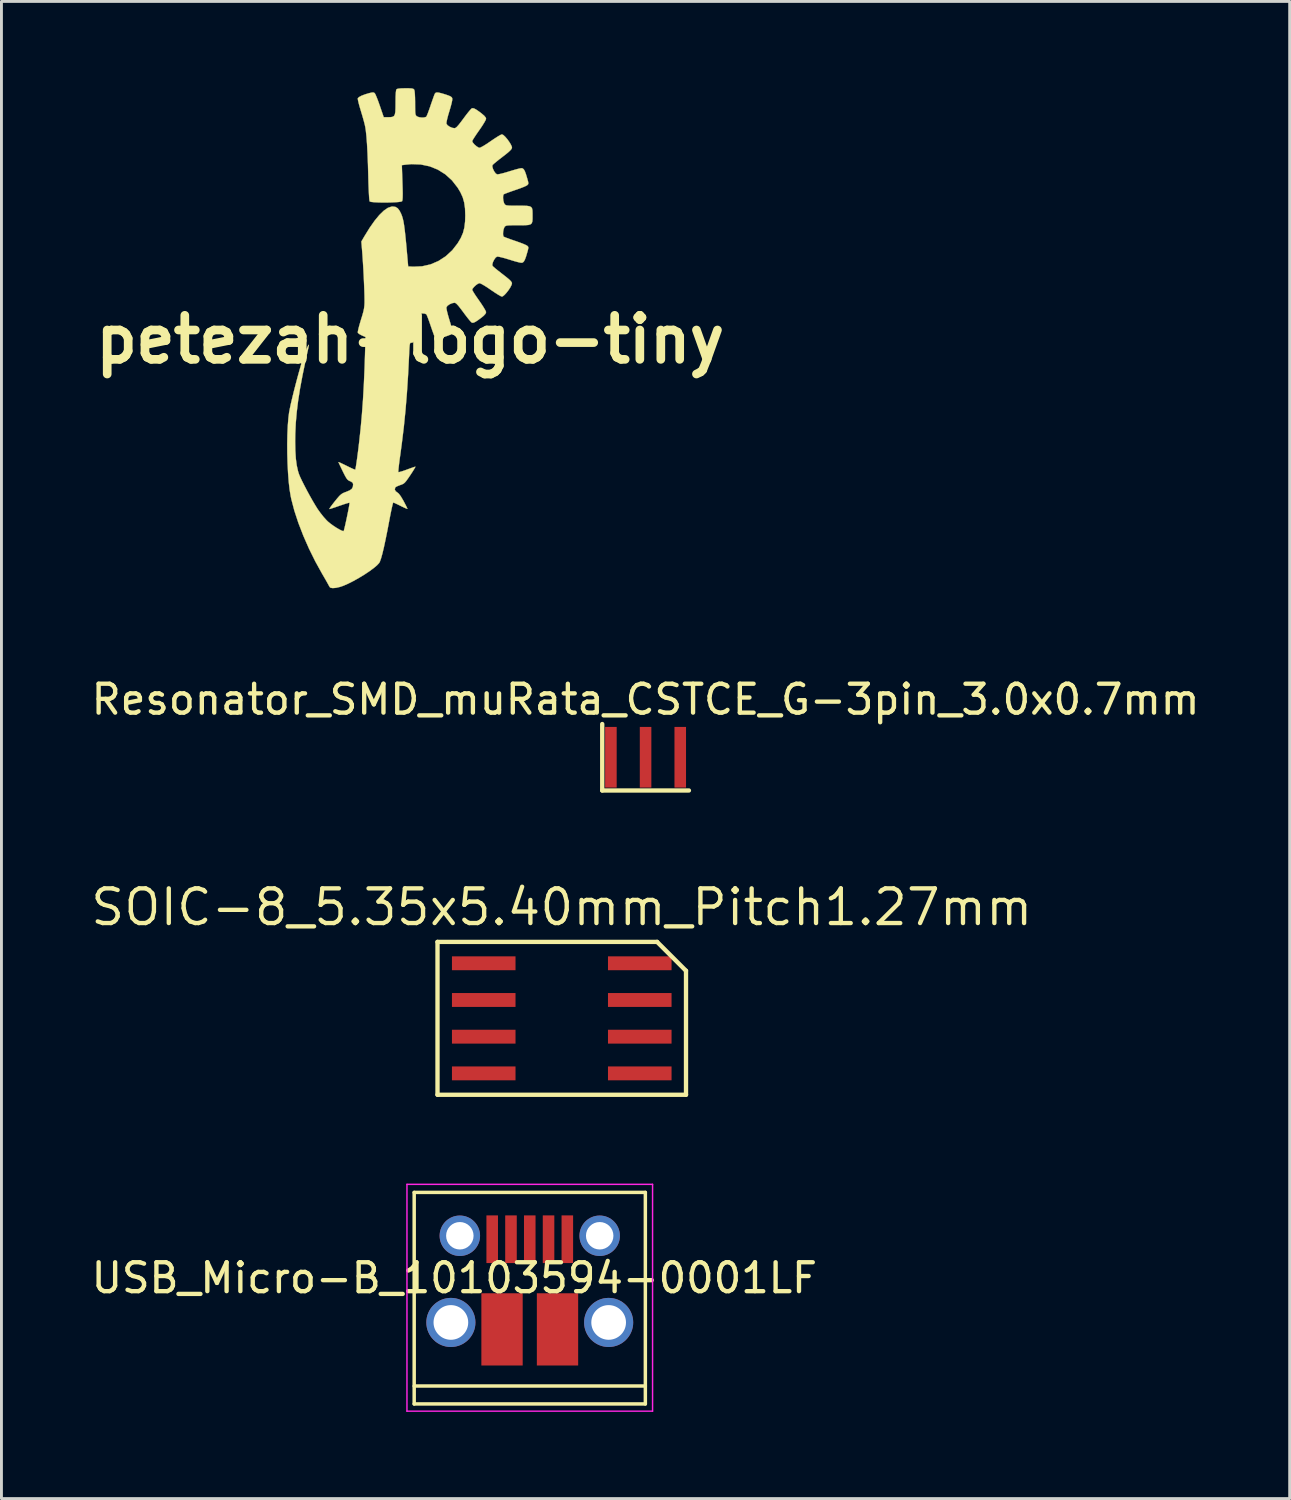
<source format=kicad_pcb>
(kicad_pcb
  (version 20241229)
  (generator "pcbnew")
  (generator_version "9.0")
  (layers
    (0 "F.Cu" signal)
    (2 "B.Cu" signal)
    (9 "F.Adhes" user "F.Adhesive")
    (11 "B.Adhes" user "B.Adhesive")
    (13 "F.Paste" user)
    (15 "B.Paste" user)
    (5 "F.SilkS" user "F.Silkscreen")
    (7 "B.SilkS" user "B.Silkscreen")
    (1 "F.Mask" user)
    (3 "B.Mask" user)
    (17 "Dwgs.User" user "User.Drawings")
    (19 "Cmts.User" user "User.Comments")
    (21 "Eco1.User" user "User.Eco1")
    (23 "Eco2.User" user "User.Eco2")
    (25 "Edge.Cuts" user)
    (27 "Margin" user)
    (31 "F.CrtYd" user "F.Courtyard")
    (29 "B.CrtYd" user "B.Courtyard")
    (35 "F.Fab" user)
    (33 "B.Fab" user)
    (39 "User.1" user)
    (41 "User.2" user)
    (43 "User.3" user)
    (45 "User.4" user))
  (footprint "USB_Micro-B_10103594-0001LF"
    (placed yes)
    (layer "F.Cu")
    (at 15.284 41.337)
    (property "Reference" "USB_Micro-B_10103594-0001LF" (at -2.611 -0.158 0) (layer "F.SilkS") (effects (font (size 1 1) (thickness 0.15))))
    (attr smd)
    (fp_line (start -4 -3.12) (end 4 -3.12) (stroke (width 0.12) (type solid)) (layer "F.SilkS"))
    (fp_line (start -4 4.2) (end -4 -3.12) (stroke (width 0.12) (type solid)) (layer "F.SilkS"))
    (fp_line (start -4 4.2) (end 4 4.2) (stroke (width 0.12) (type solid)) (layer "F.SilkS"))
    (fp_line (start 4 -3.12) (end 4 4.2) (stroke (width 0.12) (type solid)) (layer "F.SilkS"))
    (fp_line (start 4 3.58) (end -4 3.58) (stroke (width 0.12) (type solid)) (layer "F.SilkS"))
    (fp_line (start -4.25 -3.4) (end 4.25 -3.4) (stroke (width 0.05) (type solid)) (layer "F.CrtYd"))
    (fp_line (start -4.25 4.45) (end -4.25 -3.4) (stroke (width 0.05) (type solid)) (layer "F.CrtYd"))
    (fp_line (start 4.25 -3.4) (end 4.25 4.45) (stroke (width 0.05) (type solid)) (layer "F.CrtYd"))
    (fp_line (start 4.25 4.45) (end -4.25 4.45) (stroke (width 0.05) (type solid)) (layer "F.CrtYd"))
    (pad "1" smd rect (at -1.3 -1.5 90) (size 1.65 0.4) (layers "F.Cu" "F.Mask" "F.Paste"))
    (pad "2" smd rect (at -0.65 -1.5 90) (size 1.65 0.4) (layers "F.Cu" "F.Mask" "F.Paste"))
    (pad "3" smd rect (at 0 -1.5 90) (size 1.65 0.4) (layers "F.Cu" "F.Mask" "F.Paste"))
    (pad "4" smd rect (at 0.65 -1.5 90) (size 1.65 0.4) (layers "F.Cu" "F.Mask" "F.Paste"))
    (pad "5" smd rect (at 1.3 -1.5 90) (size 1.65 0.4) (layers "F.Cu" "F.Mask" "F.Paste"))
    (pad "6" thru_hole circle (at -2.73 1.38 90) (size 1.7 1.7) (drill 1.2) (layers "*.Cu" "*.Mask"))
    (pad "6" thru_hole circle (at -2.42 -1.62 90) (size 1.4 1.4) (drill 0.95) (layers "*.Cu" "*.Mask"))
    (pad "6" smd rect (at -0.96 1.62 90) (size 2.5 1.43) (layers "F.Cu" "F.Mask" "F.Paste"))
    (pad "6" smd rect (at 0.96 1.62 90) (size 2.5 1.43) (layers "F.Cu" "F.Mask" "F.Paste"))
    (pad "6" thru_hole circle (at 2.42 -1.62 90) (size 1.4 1.4) (drill 0.95) (layers "*.Cu" "*.Mask"))
    (pad "6" thru_hole circle (at 2.73 1.38 90) (size 1.7 1.7) (drill 1.2) (layers "*.Cu" "*.Mask")))
  (footprint "petezah-logo-tiny"
    (layer "F.Cu")
    (at 11.147 8.697)
    (property "Reference" "petezah-logo-tiny" (at 0 0 0) (layer "F.SilkS") (effects (font (size 1.524 1.524) (thickness 0.3))))
    (attr through_hole)
    (fp_poly (pts (xy -0.036 -8.691) (xy 0.048 -8.686) (xy 0.099 -8.675) (xy 0.127 -8.657) (xy 0.14 -8.638) (xy 0.151 -8.59) (xy 0.16 -8.498) (xy 0.166 -8.372) (xy 0.169 -8.223) (xy 0.169 -8.174) (xy 0.17 -8.014) (xy 0.172 -7.9) (xy 0.177 -7.824) (xy 0.187 -7.776) (xy 0.202 -7.747) (xy 0.224 -7.726) (xy 0.232 -7.72) (xy 0.302 -7.692) (xy 0.392 -7.678) (xy 0.48 -7.681) (xy 0.545 -7.701) (xy 0.558 -7.712) (xy 0.578 -7.751) (xy 0.611 -7.832) (xy 0.652 -7.944) (xy 0.699 -8.077) (xy 0.706 -8.1) (xy 0.753 -8.236) (xy 0.795 -8.355) (xy 0.828 -8.447) (xy 0.849 -8.498) (xy 0.851 -8.502) (xy 0.877 -8.534) (xy 0.918 -8.547) (xy 0.984 -8.542) (xy 1.084 -8.518) (xy 1.212 -8.48) (xy 1.328 -8.44) (xy 1.401 -8.407) (xy 1.44 -8.375) (xy 1.455 -8.342) (xy 1.454 -8.286) (xy 1.434 -8.185) (xy 1.398 -8.048) (xy 1.355 -7.902) (xy 1.312 -7.759) (xy 1.279 -7.632) (xy 1.258 -7.533) (xy 1.252 -7.474) (xy 1.253 -7.467) (xy 1.29 -7.413) (xy 1.363 -7.362) (xy 1.453 -7.323) (xy 1.534 -7.31) (xy 1.568 -7.321) (xy 1.614 -7.357) (xy 1.675 -7.425) (xy 1.758 -7.531) (xy 1.843 -7.645) (xy 1.932 -7.765) (xy 2.014 -7.869) (xy 2.08 -7.947) (xy 2.123 -7.991) (xy 2.132 -7.998) (xy 2.173 -8.003) (xy 2.227 -7.986) (xy 2.301 -7.943) (xy 2.406 -7.869) (xy 2.462 -7.826) (xy 2.561 -7.742) (xy 2.613 -7.678) (xy 2.625 -7.637) (xy 2.609 -7.591) (xy 2.565 -7.511) (xy 2.499 -7.404) (xy 2.417 -7.282) (xy 2.385 -7.237) (xy 2.3 -7.115) (xy 2.228 -7.007) (xy 2.175 -6.923) (xy 2.148 -6.872) (xy 2.145 -6.862) (xy 2.167 -6.812) (xy 2.22 -6.749) (xy 2.29 -6.688) (xy 2.358 -6.644) (xy 2.399 -6.632) (xy 2.444 -6.648) (xy 2.524 -6.691) (xy 2.629 -6.756) (xy 2.749 -6.836) (xy 2.789 -6.864) (xy 2.912 -6.947) (xy 3.022 -7.018) (xy 3.109 -7.069) (xy 3.164 -7.094) (xy 3.174 -7.096) (xy 3.221 -7.075) (xy 3.285 -7.016) (xy 3.357 -6.933) (xy 3.425 -6.839) (xy 3.481 -6.748) (xy 3.516 -6.671) (xy 3.521 -6.632) (xy 3.505 -6.592) (xy 3.461 -6.54) (xy 3.384 -6.469) (xy 3.267 -6.375) (xy 3.192 -6.318) (xy 3.074 -6.227) (xy 2.973 -6.145) (xy 2.895 -6.08) (xy 2.851 -6.038) (xy 2.846 -6.03) (xy 2.842 -5.975) (xy 2.866 -5.897) (xy 2.907 -5.814) (xy 2.957 -5.747) (xy 3.005 -5.713) (xy 3.052 -5.716) (xy 3.141 -5.734) (xy 3.259 -5.765) (xy 3.395 -5.805) (xy 3.419 -5.813) (xy 3.558 -5.855) (xy 3.684 -5.891) (xy 3.783 -5.916) (xy 3.844 -5.926) (xy 3.849 -5.927) (xy 3.893 -5.918) (xy 3.931 -5.885) (xy 3.967 -5.821) (xy 4.005 -5.718) (xy 4.05 -5.568) (xy 4.053 -5.556) (xy 4.079 -5.461) (xy 4.088 -5.405) (xy 4.08 -5.371) (xy 4.055 -5.344) (xy 4.044 -5.335) (xy 3.996 -5.309) (xy 3.907 -5.27) (xy 3.787 -5.224) (xy 3.65 -5.176) (xy 3.623 -5.167) (xy 3.487 -5.12) (xy 3.371 -5.078) (xy 3.284 -5.045) (xy 3.238 -5.024) (xy 3.234 -5.021) (xy 3.216 -4.973) (xy 3.213 -4.893) (xy 3.223 -4.802) (xy 3.246 -4.722) (xy 3.26 -4.694) (xy 3.279 -4.669) (xy 3.303 -4.651) (xy 3.342 -4.639) (xy 3.404 -4.633) (xy 3.5 -4.629) (xy 3.638 -4.629) (xy 3.724 -4.628) (xy 3.905 -4.628) (xy 4.037 -4.623) (xy 4.128 -4.609) (xy 4.185 -4.581) (xy 4.217 -4.533) (xy 4.23 -4.46) (xy 4.233 -4.358) (xy 4.233 -4.29) (xy 4.233 -4.17) (xy 4.226 -4.082) (xy 4.205 -4.021) (xy 4.162 -3.983) (xy 4.09 -3.962) (xy 3.98 -3.953) (xy 3.826 -3.951) (xy 3.724 -3.951) (xy 3.562 -3.951) (xy 3.446 -3.949) (xy 3.369 -3.944) (xy 3.32 -3.935) (xy 3.29 -3.92) (xy 3.269 -3.899) (xy 3.26 -3.885) (xy 3.233 -3.818) (xy 3.216 -3.73) (xy 3.212 -3.642) (xy 3.223 -3.576) (xy 3.234 -3.558) (xy 3.269 -3.541) (xy 3.347 -3.51) (xy 3.457 -3.47) (xy 3.589 -3.424) (xy 3.623 -3.413) (xy 3.762 -3.364) (xy 3.886 -3.318) (xy 3.982 -3.277) (xy 4.039 -3.248) (xy 4.044 -3.245) (xy 4.075 -3.217) (xy 4.088 -3.187) (xy 4.083 -3.139) (xy 4.063 -3.057) (xy 4.053 -3.024) (xy 4.008 -2.87) (xy 3.969 -2.764) (xy 3.933 -2.698) (xy 3.896 -2.663) (xy 3.852 -2.653) (xy 3.849 -2.653) (xy 3.795 -2.661) (xy 3.7 -2.684) (xy 3.577 -2.718) (xy 3.439 -2.761) (xy 3.419 -2.767) (xy 3.281 -2.809) (xy 3.159 -2.841) (xy 3.065 -2.862) (xy 3.009 -2.867) (xy 3.005 -2.867) (xy 2.956 -2.832) (xy 2.907 -2.764) (xy 2.865 -2.682) (xy 2.842 -2.603) (xy 2.846 -2.549) (xy 2.876 -2.517) (xy 2.943 -2.459) (xy 3.038 -2.382) (xy 3.151 -2.293) (xy 3.192 -2.262) (xy 3.33 -2.154) (xy 3.427 -2.073) (xy 3.487 -2.012) (xy 3.516 -1.966) (xy 3.521 -1.947) (xy 3.508 -1.889) (xy 3.467 -1.806) (xy 3.406 -1.712) (xy 3.335 -1.62) (xy 3.265 -1.543) (xy 3.205 -1.494) (xy 3.174 -1.483) (xy 3.131 -1.499) (xy 3.053 -1.543) (xy 2.949 -1.608) (xy 2.83 -1.688) (xy 2.789 -1.716) (xy 2.667 -1.8) (xy 2.555 -1.87) (xy 2.466 -1.92) (xy 2.409 -1.946) (xy 2.399 -1.947) (xy 2.344 -1.928) (xy 2.274 -1.879) (xy 2.207 -1.816) (xy 2.158 -1.755) (xy 2.145 -1.717) (xy 2.161 -1.682) (xy 2.204 -1.61) (xy 2.268 -1.511) (xy 2.349 -1.394) (xy 2.385 -1.343) (xy 2.471 -1.218) (xy 2.543 -1.105) (xy 2.596 -1.014) (xy 2.623 -0.954) (xy 2.625 -0.943) (xy 2.605 -0.888) (xy 2.543 -0.82) (xy 2.462 -0.754) (xy 2.342 -0.665) (xy 2.256 -0.609) (xy 2.195 -0.581) (xy 2.149 -0.577) (xy 2.132 -0.582) (xy 2.1 -0.61) (xy 2.043 -0.675) (xy 1.967 -0.77) (xy 1.88 -0.884) (xy 1.843 -0.935) (xy 1.739 -1.073) (xy 1.661 -1.171) (xy 1.603 -1.232) (xy 1.561 -1.263) (xy 1.534 -1.27) (xy 1.447 -1.254) (xy 1.359 -1.215) (xy 1.287 -1.163) (xy 1.253 -1.112) (xy 1.255 -1.063) (xy 1.273 -0.972) (xy 1.304 -0.85) (xy 1.345 -0.709) (xy 1.355 -0.677) (xy 1.403 -0.515) (xy 1.437 -0.382) (xy 1.455 -0.285) (xy 1.455 -0.238) (xy 1.437 -0.201) (xy 1.395 -0.169) (xy 1.319 -0.136) (xy 1.212 -0.1) (xy 1.072 -0.058) (xy 0.976 -0.036) (xy 0.913 -0.033) (xy 0.873 -0.048) (xy 0.851 -0.078) (xy 0.832 -0.122) (xy 0.801 -0.208) (xy 0.759 -0.325) (xy 0.713 -0.459) (xy 0.706 -0.48) (xy 0.66 -0.614) (xy 0.617 -0.731) (xy 0.583 -0.818) (xy 0.561 -0.865) (xy 0.558 -0.868) (xy 0.507 -0.893) (xy 0.424 -0.902) (xy 0.332 -0.894) (xy 0.253 -0.871) (xy 0.232 -0.859) (xy 0.207 -0.839) (xy 0.19 -0.812) (xy 0.179 -0.769) (xy 0.173 -0.7) (xy 0.17 -0.595) (xy 0.169 -0.444) (xy 0.169 -0.424) (xy 0.167 -0.233) (xy 0.16 -0.091) (xy 0.147 0.007) (xy 0.125 0.07) (xy 0.093 0.103) (xy 0.051 0.113) (xy 0.047 0.113) (xy 0.021 0.114) (xy 0.003 0.124) (xy -0.01 0.15) (xy -0.02 0.2) (xy -0.027 0.284) (xy -0.034 0.408) (xy -0.04 0.557) (xy -0.074 1.23) (xy -0.115 1.858) (xy -0.164 2.455) (xy -0.222 3.03) (xy -0.291 3.597) (xy -0.342 3.975) (xy -0.367 4.152) (xy -0.387 4.311) (xy -0.402 4.442) (xy -0.411 4.537) (xy -0.413 4.587) (xy -0.412 4.593) (xy -0.38 4.59) (xy -0.308 4.571) (xy -0.206 4.538) (xy -0.117 4.506) (xy -0.001 4.463) (xy 0.096 4.429) (xy 0.16 4.408) (xy 0.18 4.403) (xy 0.172 4.424) (xy 0.138 4.484) (xy 0.083 4.573) (xy 0.012 4.682) (xy 0.002 4.696) (xy -0.082 4.819) (xy -0.144 4.904) (xy -0.193 4.96) (xy -0.24 4.996) (xy -0.293 5.021) (xy -0.345 5.039) (xy -0.431 5.072) (xy -0.494 5.103) (xy -0.515 5.119) (xy -0.535 5.191) (xy -0.502 5.256) (xy -0.454 5.29) (xy -0.395 5.339) (xy -0.325 5.432) (xy -0.241 5.574) (xy -0.23 5.594) (xy -0.173 5.702) (xy -0.128 5.79) (xy -0.102 5.848) (xy -0.098 5.864) (xy -0.125 5.857) (xy -0.191 5.828) (xy -0.284 5.785) (xy -0.335 5.759) (xy -0.439 5.708) (xy -0.523 5.669) (xy -0.576 5.647) (xy -0.587 5.644) (xy -0.599 5.671) (xy -0.618 5.745) (xy -0.644 5.858) (xy -0.674 6.003) (xy -0.707 6.17) (xy -0.718 6.23) (xy -0.789 6.604) (xy -0.854 6.926) (xy -0.912 7.197) (xy -0.964 7.414) (xy -1.01 7.578) (xy -1.049 7.688) (xy -1.072 7.732) (xy -1.149 7.816) (xy -1.268 7.916) (xy -1.419 8.027) (xy -1.592 8.142) (xy -1.779 8.255) (xy -1.968 8.361) (xy -2.15 8.453) (xy -2.315 8.525) (xy -2.425 8.563) (xy -2.566 8.596) (xy -2.679 8.606) (xy -2.757 8.594) (xy -2.785 8.572) (xy -2.813 8.524) (xy -2.851 8.455) (xy -2.852 8.453) (xy -2.886 8.392) (xy -2.939 8.298) (xy -3.004 8.186) (xy -3.046 8.114) (xy -3.283 7.686) (xy -3.502 7.243) (xy -3.699 6.795) (xy -3.87 6.353) (xy -4.01 5.927) (xy -4.115 5.527) (xy -4.136 5.426) (xy -4.174 5.199) (xy -4.205 4.927) (xy -4.228 4.622) (xy -4.245 4.294) (xy -4.255 3.955) (xy -4.257 3.616) (xy -4.251 3.288) (xy -4.237 2.982) (xy -4.215 2.71) (xy -4.192 2.528) (xy -4.168 2.401) (xy -4.132 2.231) (xy -4.084 2.028) (xy -4.029 1.802) (xy -3.968 1.565) (xy -3.905 1.327) (xy -3.842 1.098) (xy -3.782 0.889) (xy -3.728 0.71) (xy -3.708 0.649) (xy -3.666 0.528) (xy -3.623 0.415) (xy -3.582 0.316) (xy -3.547 0.24) (xy -3.521 0.193) (xy -3.507 0.184) (xy -3.51 0.219) (xy -3.512 0.226) (xy -3.523 0.277) (xy -3.543 0.372) (xy -3.571 0.5) (xy -3.604 0.649) (xy -3.625 0.748) (xy -3.729 1.248) (xy -3.814 1.704) (xy -3.88 2.125) (xy -3.928 2.518) (xy -3.961 2.893) (xy -3.978 3.259) (xy -3.982 3.528) (xy -3.976 3.85) (xy -3.959 4.124) (xy -3.928 4.357) (xy -3.884 4.555) (xy -3.852 4.658) (xy -3.811 4.757) (xy -3.747 4.893) (xy -3.665 5.055) (xy -3.572 5.233) (xy -3.473 5.415) (xy -3.374 5.59) (xy -3.281 5.747) (xy -3.201 5.875) (xy -3.106 6.007) (xy -3.001 6.14) (xy -2.899 6.253) (xy -2.847 6.304) (xy -2.762 6.374) (xy -2.661 6.447) (xy -2.555 6.517) (xy -2.455 6.575) (xy -2.372 6.617) (xy -2.318 6.634) (xy -2.304 6.632) (xy -2.293 6.599) (xy -2.273 6.523) (xy -2.248 6.415) (xy -2.219 6.284) (xy -2.189 6.143) (xy -2.16 6.001) (xy -2.134 5.87) (xy -2.114 5.761) (xy -2.102 5.685) (xy -2.1 5.652) (xy -2.1 5.652) (xy -2.13 5.655) (xy -2.203 5.675) (xy -2.307 5.708) (xy -2.433 5.751) (xy -2.442 5.754) (xy -2.57 5.799) (xy -2.679 5.835) (xy -2.758 5.86) (xy -2.796 5.87) (xy -2.797 5.87) (xy -2.791 5.85) (xy -2.755 5.794) (xy -2.694 5.712) (xy -2.616 5.611) (xy -2.61 5.604) (xy -2.517 5.49) (xy -2.447 5.411) (xy -2.388 5.358) (xy -2.33 5.321) (xy -2.261 5.291) (xy -2.211 5.273) (xy -2.093 5.223) (xy -2.02 5.169) (xy -1.985 5.1) (xy -1.976 5.012) (xy -1.992 4.961) (xy -2.048 4.92) (xy -2.082 4.906) (xy -2.13 4.883) (xy -2.17 4.851) (xy -2.209 4.801) (xy -2.255 4.721) (xy -2.315 4.603) (xy -2.336 4.56) (xy -2.393 4.442) (xy -2.44 4.343) (xy -2.472 4.274) (xy -2.484 4.245) (xy -2.484 4.245) (xy -2.46 4.252) (xy -2.396 4.28) (xy -2.302 4.325) (xy -2.198 4.376) (xy -2.084 4.432) (xy -1.99 4.476) (xy -1.925 4.502) (xy -1.902 4.508) (xy -1.893 4.475) (xy -1.879 4.394) (xy -1.86 4.272) (xy -1.838 4.118) (xy -1.814 3.938) (xy -1.789 3.74) (xy -1.766 3.542) (xy -1.715 3.072) (xy -1.672 2.592) (xy -1.635 2.092) (xy -1.605 1.562) (xy -1.58 0.992) (xy -1.565 0.529) (xy -1.547 -0.084) (xy -1.672 -0.138) (xy -1.75 -0.178) (xy -1.803 -0.219) (xy -1.814 -0.234) (xy -1.812 -0.275) (xy -1.795 -0.359) (xy -1.765 -0.475) (xy -1.725 -0.613) (xy -1.706 -0.677) (xy -1.655 -0.841) (xy -1.621 -0.966) (xy -1.599 -1.069) (xy -1.587 -1.163) (xy -1.581 -1.266) (xy -1.581 -1.364) (xy -1.583 -1.515) (xy -1.589 -1.71) (xy -1.598 -1.936) (xy -1.609 -2.181) (xy -1.622 -2.431) (xy -1.637 -2.675) (xy -1.652 -2.9) (xy -1.665 -3.07) (xy -1.691 -3.388) (xy -1.589 -3.564) (xy -1.407 -3.859) (xy -1.233 -4.107) (xy -1.069 -4.306) (xy -0.916 -4.455) (xy -0.775 -4.553) (xy -0.646 -4.597) (xy -0.607 -4.6) (xy -0.51 -4.586) (xy -0.432 -4.538) (xy -0.365 -4.448) (xy -0.314 -4.346) (xy -0.284 -4.269) (xy -0.258 -4.183) (xy -0.234 -4.081) (xy -0.213 -3.955) (xy -0.192 -3.798) (xy -0.17 -3.603) (xy -0.146 -3.363) (xy -0.131 -3.201) (xy -0.071 -2.526) (xy 0.113 -2.517) (xy 0.413 -2.531) (xy 0.703 -2.597) (xy 0.977 -2.714) (xy 1.229 -2.878) (xy 1.455 -3.087) (xy 1.642 -3.328) (xy 1.75 -3.51) (xy 1.826 -3.686) (xy 1.874 -3.872) (xy 1.899 -4.082) (xy 1.905 -4.29) (xy 1.897 -4.533) (xy 1.868 -4.738) (xy 1.816 -4.921) (xy 1.735 -5.097) (xy 1.642 -5.252) (xy 1.444 -5.506) (xy 1.213 -5.715) (xy 0.954 -5.877) (xy 0.67 -5.991) (xy 0.364 -6.055) (xy 0.042 -6.067) (xy -0.155 -6.049) (xy -0.29 -6.031) (xy -0.27 -5.427) (xy -0.263 -5.211) (xy -0.26 -5.046) (xy -0.262 -4.926) (xy -0.267 -4.845) (xy -0.276 -4.798) (xy -0.283 -4.782) (xy -0.323 -4.768) (xy -0.408 -4.756) (xy -0.527 -4.747) (xy -0.67 -4.741) (xy -0.825 -4.738) (xy -0.981 -4.738) (xy -1.127 -4.742) (xy -1.253 -4.749) (xy -1.347 -4.759) (xy -1.399 -4.773) (xy -1.404 -4.777) (xy -1.412 -4.814) (xy -1.421 -4.901) (xy -1.429 -5.031) (xy -1.437 -5.197) (xy -1.445 -5.394) (xy -1.451 -5.613) (xy -1.451 -5.63) (xy -1.463 -6.061) (xy -1.478 -6.437) (xy -1.495 -6.758) (xy -1.515 -7.023) (xy -1.537 -7.232) (xy -1.555 -7.348) (xy -1.574 -7.437) (xy -1.607 -7.564) (xy -1.649 -7.714) (xy -1.696 -7.871) (xy -1.707 -7.908) (xy -1.75 -8.051) (xy -1.784 -8.177) (xy -1.807 -8.275) (xy -1.815 -8.334) (xy -1.814 -8.345) (xy -1.774 -8.386) (xy -1.688 -8.433) (xy -1.567 -8.48) (xy -1.42 -8.524) (xy -1.418 -8.524) (xy -1.328 -8.545) (xy -1.274 -8.547) (xy -1.239 -8.531) (xy -1.228 -8.521) (xy -1.204 -8.481) (xy -1.168 -8.397) (xy -1.122 -8.282) (xy -1.073 -8.145) (xy -1.052 -8.085) (xy -0.917 -7.691) (xy -0.752 -7.691) (xy -0.666 -7.694) (xy -0.603 -7.706) (xy -0.56 -7.735) (xy -0.532 -7.788) (xy -0.516 -7.873) (xy -0.51 -7.998) (xy -0.508 -8.171) (xy -0.508 -8.212) (xy -0.506 -8.402) (xy -0.499 -8.538) (xy -0.488 -8.623) (xy -0.474 -8.659) (xy -0.426 -8.677) (xy -0.326 -8.688) (xy -0.18 -8.692) (xy -0.165 -8.692) (xy -0.036 -8.691)) (stroke (width 0.01) (type solid)) (fill yes) (layer "F.SilkS")))
  (footprint "Resonator_SMD_muRata_CSTCE_G-3pin_3.0x0.7mm"
    (layer "F.Cu")
    (at 19.292 23.157)
    (property "Reference" "Resonator_SMD_muRata_CSTCE_G-3pin_3.0x0.7mm" (at 0 -2 0) (layer "F.SilkS") (effects (font (size 1 1) (thickness 0.15))))
    (attr through_hole)
    (fp_line (start -1.5 -1.15) (end -1.5 1.15) (stroke (width 0.15) (type solid)) (layer "F.SilkS"))
    (fp_line (start -1.5 1.15) (end 1.5 1.15) (stroke (width 0.15) (type solid)) (layer "F.SilkS"))
    (pad "1" smd rect (at 1.2 0) (size 0.4 2.1) (layers "F.Cu" "F.Mask" "F.Paste"))
    (pad "2" smd rect (at 0 0) (size 0.4 2.1) (layers "F.Cu" "F.Mask" "F.Paste"))
    (pad "3" smd rect (at -1.2 0) (size 0.4 2.1) (layers "F.Cu" "F.Mask" "F.Paste")))
  (footprint "SOIC-8_5.35x5.40mm_Pitch1.27mm"
    (layer "F.Cu")
    (at 16.395 32.179)
    (property "Reference" "SOIC-8_5.35x5.40mm_Pitch1.27mm" (at -0.004 -3.832 0) (layer "F.SilkS") (effects (font (size 1.2 1.2) (thickness 0.15))))
    (attr through_hole)
    (fp_line (start -4.304 -2.632) (end -4.304 2.658) (stroke (width 0.15) (type solid)) (layer "F.SilkS"))
    (fp_line (start -4.304 2.658) (end 4.296 2.658) (stroke (width 0.15) (type solid)) (layer "F.SilkS"))
    (fp_line (start 3.296 -2.632) (end -4.304 -2.632) (stroke (width 0.15) (type solid)) (layer "F.SilkS"))
    (fp_line (start 4.296 -1.632) (end 3.296 -2.632) (stroke (width 0.15) (type solid)) (layer "F.SilkS"))
    (fp_line (start 4.296 2.658) (end 4.296 -1.632) (stroke (width 0.15) (type solid)) (layer "F.SilkS"))
    (pad "1" smd rect (at -2.704 -1.892 270) (size 0.48 2.2) (layers "F.Cu" "F.Mask" "F.Paste"))
    (pad "2" smd rect (at -2.704 -0.622 270) (size 0.48 2.2) (layers "F.Cu" "F.Mask" "F.Paste"))
    (pad "3" smd rect (at -2.704 0.648 270) (size 0.48 2.2) (layers "F.Cu" "F.Mask" "F.Paste"))
    (pad "4" smd rect (at -2.704 1.918 270) (size 0.48 2.2) (layers "F.Cu" "F.Mask" "F.Paste"))
    (pad "5" smd rect (at 2.696 1.918 270) (size 0.48 2.2) (layers "F.Cu" "F.Mask" "F.Paste"))
    (pad "6" smd rect (at 2.696 0.648 270) (size 0.48 2.2) (layers "F.Cu" "F.Mask" "F.Paste"))
    (pad "7" smd rect (at 2.696 -0.622 270) (size 0.48 2.2) (layers "F.Cu" "F.Mask" "F.Paste"))
    (pad "8" smd rect (at 2.696 -1.892 270) (size 0.48 2.2) (layers "F.Cu" "F.Mask" "F.Paste")))
  (gr_rect
    (start -3 -3)
    (end 41.583 48.812)
    (stroke (width 0.1) (type default))
    (fill no)
    (layer "Edge.Cuts")))
</source>
